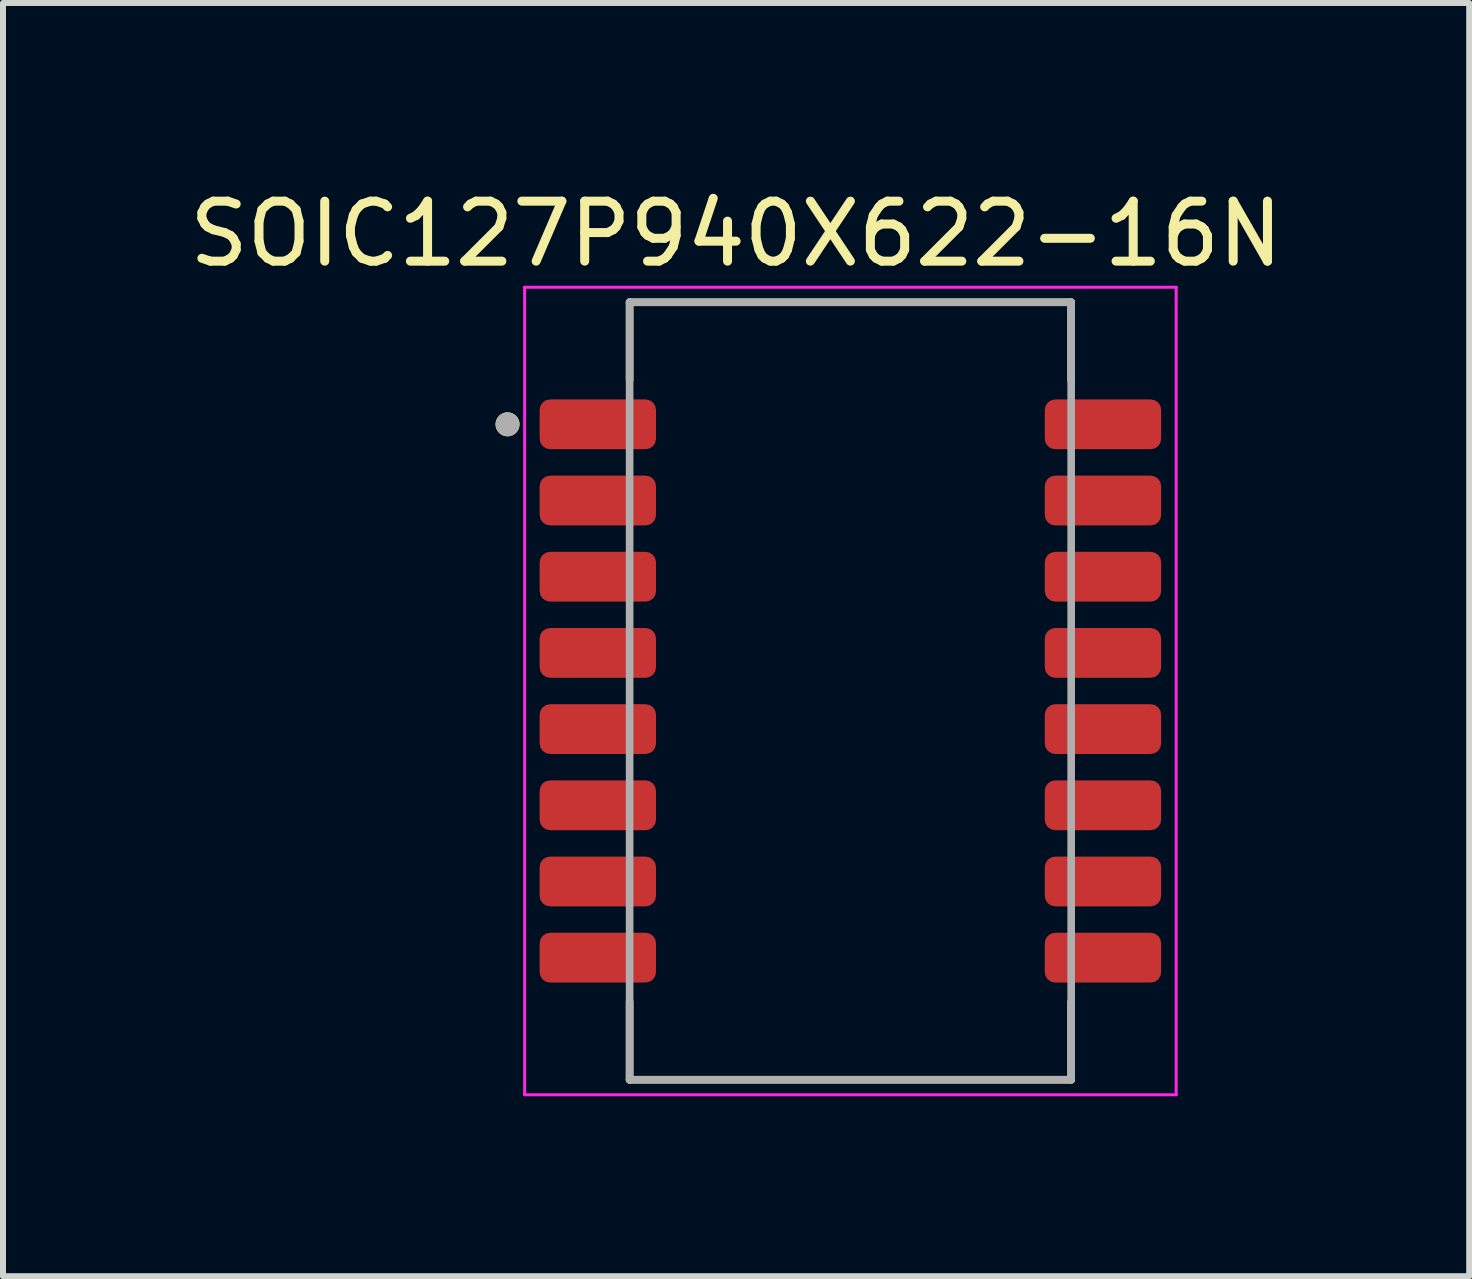
<source format=kicad_pcb>
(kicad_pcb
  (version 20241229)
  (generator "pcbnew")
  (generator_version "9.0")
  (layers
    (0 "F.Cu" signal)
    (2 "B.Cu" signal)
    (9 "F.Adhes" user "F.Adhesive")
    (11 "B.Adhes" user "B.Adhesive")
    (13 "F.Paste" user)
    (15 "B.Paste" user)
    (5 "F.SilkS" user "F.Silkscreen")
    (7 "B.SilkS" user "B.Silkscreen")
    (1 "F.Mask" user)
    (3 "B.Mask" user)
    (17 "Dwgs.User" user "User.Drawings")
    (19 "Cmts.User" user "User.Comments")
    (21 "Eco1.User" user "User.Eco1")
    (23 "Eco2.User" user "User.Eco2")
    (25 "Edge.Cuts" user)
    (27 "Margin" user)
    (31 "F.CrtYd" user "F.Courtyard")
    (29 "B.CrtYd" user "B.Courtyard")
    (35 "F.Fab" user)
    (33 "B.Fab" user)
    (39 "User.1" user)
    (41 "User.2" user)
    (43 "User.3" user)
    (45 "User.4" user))
  (footprint "SOIC127P940X622-16N"
    (layer "F.Cu")
    (at 11.125 8.468)
    (property "Reference" "SOIC127P940X622-16N" (at -1.905 -7.62 0) (layer "F.SilkS") (effects (font (size 1 1) (thickness 0.15))))
    (attr smd)
    (fp_line (start -3.68 -6.48) (end 3.68 -6.48) (stroke (width 0.127) (type solid)) (layer "F.SilkS"))
    (fp_line (start -3.68 -5.18) (end -3.68 -6.48) (stroke (width 0.127) (type solid)) (layer "F.SilkS"))
    (fp_line (start -3.68 6.48) (end -3.68 5.18) (stroke (width 0.127) (type solid)) (layer "F.SilkS"))
    (fp_line (start -3.68 6.48) (end 3.68 6.48) (stroke (width 0.127) (type solid)) (layer "F.SilkS"))
    (fp_line (start 3.68 -6.48) (end 3.68 -5.18) (stroke (width 0.127) (type solid)) (layer "F.SilkS"))
    (fp_line (start 3.68 6.48) (end 3.68 5.18) (stroke (width 0.127) (type solid)) (layer "F.SilkS"))
    (fp_circle (center -5.715 -4.445) (end -5.615 -4.445) (stroke (width 0.2) (type solid)) (fill no) (layer "F.SilkS"))
    (fp_line (start -5.43 -6.73) (end 5.43 -6.73) (stroke (width 0.05) (type solid)) (layer "F.CrtYd"))
    (fp_line (start -5.43 6.73) (end -5.43 -6.73) (stroke (width 0.05) (type solid)) (layer "F.CrtYd"))
    (fp_line (start 5.43 -6.73) (end 5.43 6.73) (stroke (width 0.05) (type solid)) (layer "F.CrtYd"))
    (fp_line (start 5.43 6.73) (end -5.43 6.73) (stroke (width 0.05) (type solid)) (layer "F.CrtYd"))
    (fp_line (start -3.68 -6.48) (end -3.68 6.48) (stroke (width 0.127) (type solid)) (layer "F.Fab"))
    (fp_line (start -3.68 6.48) (end 3.68 6.48) (stroke (width 0.127) (type solid)) (layer "F.Fab"))
    (fp_line (start 3.68 -6.48) (end -3.68 -6.48) (stroke (width 0.127) (type solid)) (layer "F.Fab"))
    (fp_line (start 3.68 6.48) (end 3.68 -6.48) (stroke (width 0.127) (type solid)) (layer "F.Fab"))
    (fp_circle (center -5.715 -4.445) (end -5.615 -4.445) (stroke (width 0.2) (type solid)) (fill no) (layer "F.Fab"))
    (pad "1" smd roundrect (at -4.21 -4.445) (size 1.94 0.83) (layers "F.Cu" "F.Mask" "F.Paste") (roundrect_rratio 0.21))
    (pad "2" smd roundrect (at -4.21 -3.175) (size 1.94 0.83) (layers "F.Cu" "F.Mask" "F.Paste") (roundrect_rratio 0.21))
    (pad "3" smd roundrect (at -4.21 -1.905) (size 1.94 0.83) (layers "F.Cu" "F.Mask" "F.Paste") (roundrect_rratio 0.21))
    (pad "4" smd roundrect (at -4.21 -0.635) (size 1.94 0.83) (layers "F.Cu" "F.Mask" "F.Paste") (roundrect_rratio 0.21))
    (pad "5" smd roundrect (at -4.21 0.635) (size 1.94 0.83) (layers "F.Cu" "F.Mask" "F.Paste") (roundrect_rratio 0.21))
    (pad "6" smd roundrect (at -4.21 1.905) (size 1.94 0.83) (layers "F.Cu" "F.Mask" "F.Paste") (roundrect_rratio 0.21))
    (pad "7" smd roundrect (at -4.21 3.175) (size 1.94 0.83) (layers "F.Cu" "F.Mask" "F.Paste") (roundrect_rratio 0.21))
    (pad "8" smd roundrect (at -4.21 4.445) (size 1.94 0.83) (layers "F.Cu" "F.Mask" "F.Paste") (roundrect_rratio 0.21))
    (pad "9" smd roundrect (at 4.21 4.445 180) (size 1.94 0.83) (layers "F.Cu" "F.Mask" "F.Paste") (roundrect_rratio 0.21))
    (pad "10" smd roundrect (at 4.21 3.175 180) (size 1.94 0.83) (layers "F.Cu" "F.Mask" "F.Paste") (roundrect_rratio 0.21))
    (pad "11" smd roundrect (at 4.21 1.905 180) (size 1.94 0.83) (layers "F.Cu" "F.Mask" "F.Paste") (roundrect_rratio 0.21))
    (pad "12" smd roundrect (at 4.21 0.635 180) (size 1.94 0.83) (layers "F.Cu" "F.Mask" "F.Paste") (roundrect_rratio 0.21))
    (pad "13" smd roundrect (at 4.21 -0.635 180) (size 1.94 0.83) (layers "F.Cu" "F.Mask" "F.Paste") (roundrect_rratio 0.21))
    (pad "14" smd roundrect (at 4.21 -1.905 180) (size 1.94 0.83) (layers "F.Cu" "F.Mask" "F.Paste") (roundrect_rratio 0.21))
    (pad "15" smd roundrect (at 4.21 -3.175 180) (size 1.94 0.83) (layers "F.Cu" "F.Mask" "F.Paste") (roundrect_rratio 0.21))
    (pad "16" smd roundrect (at 4.21 -4.445 180) (size 1.94 0.83) (layers "F.Cu" "F.Mask" "F.Paste") (roundrect_rratio 0.21)))
  (gr_rect
    (start -3 -3)
    (end 21.44 18.223)
    (stroke (width 0.1) (type default))
    (fill no)
    (layer "Edge.Cuts")))
</source>
